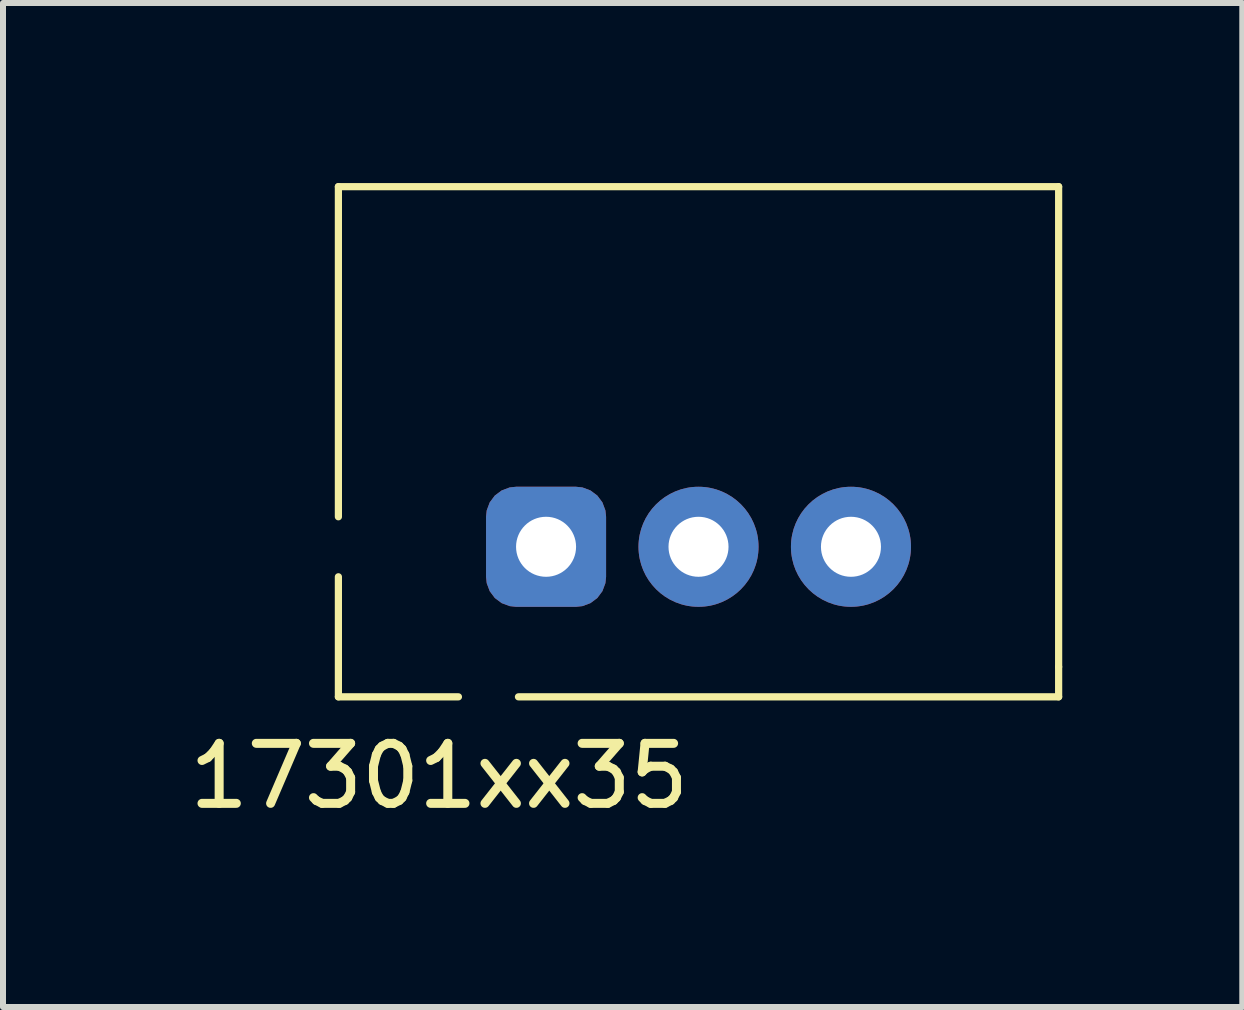
<source format=kicad_pcb>
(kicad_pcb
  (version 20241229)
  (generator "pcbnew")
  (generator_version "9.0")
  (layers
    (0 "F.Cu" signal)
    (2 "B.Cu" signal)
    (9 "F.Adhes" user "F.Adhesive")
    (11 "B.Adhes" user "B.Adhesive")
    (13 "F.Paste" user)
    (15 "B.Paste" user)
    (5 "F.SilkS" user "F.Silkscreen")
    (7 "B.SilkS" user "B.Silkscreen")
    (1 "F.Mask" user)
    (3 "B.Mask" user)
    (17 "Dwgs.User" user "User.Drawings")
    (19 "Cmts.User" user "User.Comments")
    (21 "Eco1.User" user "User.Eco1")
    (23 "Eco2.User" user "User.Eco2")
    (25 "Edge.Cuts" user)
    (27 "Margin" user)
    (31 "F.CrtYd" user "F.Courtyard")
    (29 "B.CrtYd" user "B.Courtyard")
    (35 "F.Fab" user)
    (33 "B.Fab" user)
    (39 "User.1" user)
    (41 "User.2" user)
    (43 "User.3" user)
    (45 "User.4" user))
  (footprint "17301xx35"
    (layer "F.Cu")
    (at 8.588 6.06)
    (property "Reference" "17301xx35" (at -4.32 3.82 0) (layer "F.SilkS") (effects (font (size 1 1) (thickness 0.15))))
    (attr through_hole)
    (fp_line (start -6 -6) (end 6 -6) (stroke (width 0.12) (type solid)) (layer "F.SilkS"))
    (fp_line (start -6 -0.5) (end -6 -6) (stroke (width 0.12) (type solid)) (layer "F.SilkS"))
    (fp_line (start -6 2.5) (end -6 0.5) (stroke (width 0.12) (type solid)) (layer "F.SilkS"))
    (fp_line (start -4 2.5) (end -6 2.5) (stroke (width 0.12) (type solid)) (layer "F.SilkS"))
    (fp_line (start 6 -6) (end 6 2) (stroke (width 0.12) (type solid)) (layer "F.SilkS"))
    (fp_line (start 6 2) (end 6 2.5) (stroke (width 0.12) (type solid)) (layer "F.SilkS"))
    (fp_line (start 6 2.5) (end -3 2.5) (stroke (width 0.12) (type solid)) (layer "F.SilkS"))
    (pad "1" thru_hole roundrect (at -2.54 0) (size 2 2) (drill 1) (layers "*.Cu" "*.Mask") (roundrect_rratio 0.25))
    (pad "2" thru_hole circle (at 0 0) (size 2 2) (drill 1) (layers "*.Cu" "*.Mask"))
    (pad "3" thru_hole circle (at 2.54 0) (size 2 2) (drill 1) (layers "*.Cu" "*.Mask")))
  (gr_rect
    (start -3 -3)
    (end 17.648 13.728)
    (stroke (width 0.1) (type default))
    (fill no)
    (layer "Edge.Cuts")))
</source>
